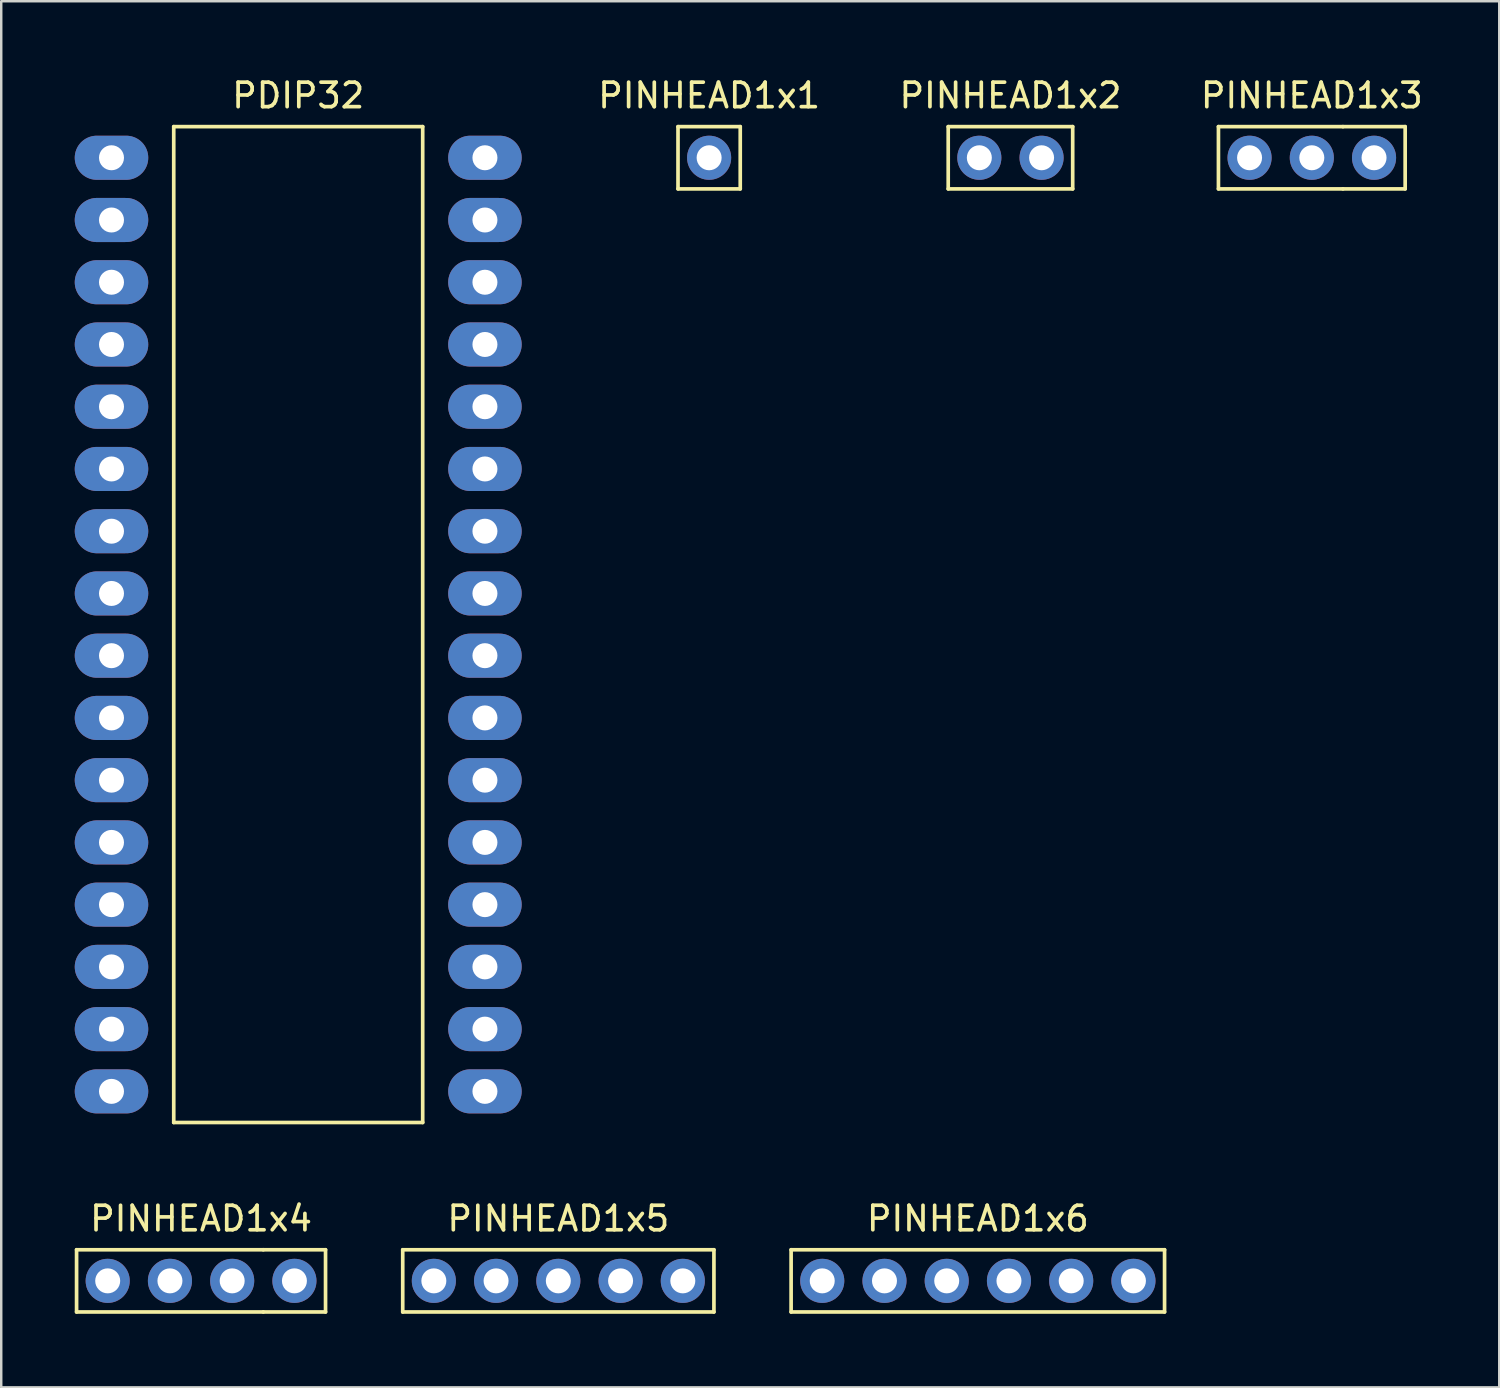
<source format=kicad_pcb>
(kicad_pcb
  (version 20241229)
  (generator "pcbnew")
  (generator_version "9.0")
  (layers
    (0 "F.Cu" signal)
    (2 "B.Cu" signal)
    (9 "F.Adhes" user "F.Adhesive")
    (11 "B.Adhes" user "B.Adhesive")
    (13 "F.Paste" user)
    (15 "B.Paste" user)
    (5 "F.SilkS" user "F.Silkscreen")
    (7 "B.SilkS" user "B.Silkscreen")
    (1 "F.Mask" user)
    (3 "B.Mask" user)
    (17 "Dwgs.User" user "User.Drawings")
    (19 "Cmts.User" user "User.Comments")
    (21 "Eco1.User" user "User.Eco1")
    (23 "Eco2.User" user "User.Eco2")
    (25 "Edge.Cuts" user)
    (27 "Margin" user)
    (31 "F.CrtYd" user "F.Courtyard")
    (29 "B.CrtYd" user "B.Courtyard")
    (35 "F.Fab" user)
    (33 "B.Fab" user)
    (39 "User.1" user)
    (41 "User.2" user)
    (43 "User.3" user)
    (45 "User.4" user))
  (footprint "PINHEAD1x2"
    (layer "F.Cu")
    (at 38.186 3.388)
    (property "Reference" "PINHEAD1x2" (at 0 -2.54 0) (layer "F.SilkS") (effects (font (size 1 1) (thickness 0.15))))
    (attr through_hole)
    (fp_line (start -2.54 -1.27) (end 2.54 -1.27) (stroke (width 0.15) (type solid)) (layer "F.SilkS"))
    (fp_line (start -2.54 1.27) (end -2.54 -1.27) (stroke (width 0.15) (type solid)) (layer "F.SilkS"))
    (fp_line (start 2.54 -1.27) (end 2.54 1.27) (stroke (width 0.15) (type solid)) (layer "F.SilkS"))
    (fp_line (start 2.54 1.27) (end -2.54 1.27) (stroke (width 0.15) (type solid)) (layer "F.SilkS"))
    (pad "1" thru_hole circle (at -1.27 0) (size 1.8 1.8) (drill 1.02) (layers "*.Cu" "*.Mask"))
    (pad "2" thru_hole circle (at 1.27 0) (size 1.8 1.8) (drill 1.02) (layers "*.Cu" "*.Mask")))
  (footprint "PINHEAD1x4"
    (layer "F.Cu")
    (at 5.155 49.221)
    (property "Reference" "PINHEAD1x4" (at 0 -2.54 0) (layer "F.SilkS") (effects (font (size 1 1) (thickness 0.15))))
    (attr through_hole)
    (fp_line (start -5.08 -1.27) (end 2.54 -1.27) (stroke (width 0.15) (type solid)) (layer "F.SilkS"))
    (fp_line (start -5.08 1.27) (end -5.08 -1.27) (stroke (width 0.15) (type solid)) (layer "F.SilkS"))
    (fp_line (start 2.54 -1.27) (end 5.08 -1.27) (stroke (width 0.15) (type solid)) (layer "F.SilkS"))
    (fp_line (start 2.54 1.27) (end -5.08 1.27) (stroke (width 0.15) (type solid)) (layer "F.SilkS"))
    (fp_line (start 5.08 -1.27) (end 5.08 1.27) (stroke (width 0.15) (type solid)) (layer "F.SilkS"))
    (fp_line (start 5.08 1.27) (end 2.54 1.27) (stroke (width 0.15) (type solid)) (layer "F.SilkS"))
    (pad "1" thru_hole circle (at -3.81 0) (size 1.8 1.8) (drill 1.02) (layers "*.Cu" "*.Mask"))
    (pad "2" thru_hole circle (at -1.27 0) (size 1.8 1.8) (drill 1.02) (layers "*.Cu" "*.Mask"))
    (pad "3" thru_hole circle (at 1.27 0) (size 1.8 1.8) (drill 1.02) (layers "*.Cu" "*.Mask"))
    (pad "4" thru_hole circle (at 3.81 0) (size 1.8 1.8) (drill 1.02) (layers "*.Cu" "*.Mask")))
  (footprint "PDIP32"
    (layer "F.Cu")
    (at 9.12 22.438)
    (property "Reference" "PDIP32" (at 0 -21.59 0) (layer "F.SilkS") (effects (font (size 1 1) (thickness 0.15))))
    (attr through_hole)
    (fp_line (start -5.08 -20.32) (end 5.08 -20.32) (stroke (width 0.15) (type solid)) (layer "F.SilkS"))
    (fp_line (start -5.08 20.32) (end -5.08 -20.32) (stroke (width 0.15) (type solid)) (layer "F.SilkS"))
    (fp_line (start 5.08 -20.32) (end 5.08 20.32) (stroke (width 0.15) (type solid)) (layer "F.SilkS"))
    (fp_line (start 5.08 20.32) (end -5.08 20.32) (stroke (width 0.15) (type solid)) (layer "F.SilkS"))
    (pad "1" thru_hole oval (at -7.62 -19.05) (size 3 1.8) (drill 1.02) (layers "*.Cu" "*.Mask"))
    (pad "2" thru_hole oval (at -7.62 -16.51) (size 3 1.8) (drill 1.02) (layers "*.Cu" "*.Mask"))
    (pad "3" thru_hole oval (at -7.62 -13.97) (size 3 1.8) (drill 1.02) (layers "*.Cu" "*.Mask"))
    (pad "4" thru_hole oval (at -7.62 -11.43) (size 3 1.8) (drill 1.02) (layers "*.Cu" "*.Mask"))
    (pad "5" thru_hole oval (at -7.62 -8.89) (size 3 1.8) (drill 1.02) (layers "*.Cu" "*.Mask"))
    (pad "6" thru_hole oval (at -7.62 -6.35) (size 3 1.8) (drill 1.02) (layers "*.Cu" "*.Mask"))
    (pad "7" thru_hole oval (at -7.62 -3.81) (size 3 1.8) (drill 1.02) (layers "*.Cu" "*.Mask"))
    (pad "8" thru_hole oval (at -7.62 -1.27) (size 3 1.8) (drill 1.02) (layers "*.Cu" "*.Mask"))
    (pad "9" thru_hole oval (at -7.62 1.27) (size 3 1.8) (drill 1.02) (layers "*.Cu" "*.Mask"))
    (pad "10" thru_hole oval (at -7.62 3.81) (size 3 1.8) (drill 1.02) (layers "*.Cu" "*.Mask"))
    (pad "11" thru_hole oval (at -7.62 6.35) (size 3 1.8) (drill 1.02) (layers "*.Cu" "*.Mask"))
    (pad "12" thru_hole oval (at -7.62 8.89) (size 3 1.8) (drill 1.02) (layers "*.Cu" "*.Mask"))
    (pad "13" thru_hole oval (at -7.62 11.43) (size 3 1.8) (drill 1.02) (layers "*.Cu" "*.Mask"))
    (pad "14" thru_hole oval (at -7.62 13.97) (size 3 1.8) (drill 1.02) (layers "*.Cu" "*.Mask"))
    (pad "15" thru_hole oval (at -7.62 16.51) (size 3 1.8) (drill 1.02) (layers "*.Cu" "*.Mask"))
    (pad "16" thru_hole oval (at -7.62 19.05) (size 3 1.8) (drill 1.02) (layers "*.Cu" "*.Mask"))
    (pad "17" thru_hole oval (at 7.62 19.05) (size 3 1.8) (drill 1.02) (layers "*.Cu" "*.Mask"))
    (pad "18" thru_hole oval (at 7.62 16.51) (size 3 1.8) (drill 1.02) (layers "*.Cu" "*.Mask"))
    (pad "19" thru_hole oval (at 7.62 13.97) (size 3 1.8) (drill 1.02) (layers "*.Cu" "*.Mask"))
    (pad "20" thru_hole oval (at 7.62 11.43) (size 3 1.8) (drill 1.02) (layers "*.Cu" "*.Mask"))
    (pad "21" thru_hole oval (at 7.62 8.89) (size 3 1.8) (drill 1.02) (layers "*.Cu" "*.Mask"))
    (pad "22" thru_hole oval (at 7.62 6.35) (size 3 1.8) (drill 1.02) (layers "*.Cu" "*.Mask"))
    (pad "23" thru_hole oval (at 7.62 3.81) (size 3 1.8) (drill 1.02) (layers "*.Cu" "*.Mask"))
    (pad "24" thru_hole oval (at 7.62 1.27) (size 3 1.8) (drill 1.02) (layers "*.Cu" "*.Mask"))
    (pad "25" thru_hole oval (at 7.62 -1.27) (size 3 1.8) (drill 1.02) (layers "*.Cu" "*.Mask"))
    (pad "26" thru_hole oval (at 7.62 -3.81) (size 3 1.8) (drill 1.02) (layers "*.Cu" "*.Mask"))
    (pad "27" thru_hole oval (at 7.62 -6.35) (size 3 1.8) (drill 1.02) (layers "*.Cu" "*.Mask"))
    (pad "28" thru_hole oval (at 7.62 -8.89) (size 3 1.8) (drill 1.02) (layers "*.Cu" "*.Mask"))
    (pad "29" thru_hole oval (at 7.62 -11.43) (size 3 1.8) (drill 1.02) (layers "*.Cu" "*.Mask"))
    (pad "30" thru_hole oval (at 7.62 -13.97) (size 3 1.8) (drill 1.02) (layers "*.Cu" "*.Mask"))
    (pad "31" thru_hole oval (at 7.62 -16.51) (size 3 1.8) (drill 1.02) (layers "*.Cu" "*.Mask"))
    (pad "32" thru_hole oval (at 7.62 -19.05) (size 3 1.8) (drill 1.02) (layers "*.Cu" "*.Mask")))
  (footprint "PINHEAD1x1"
    (layer "F.Cu")
    (at 25.889 3.388)
    (property "Reference" "PINHEAD1x1" (at 0 -2.54 0) (layer "F.SilkS") (effects (font (size 1 1) (thickness 0.15))))
    (attr through_hole)
    (fp_line (start -1.27 -1.27) (end 1.27 -1.27) (stroke (width 0.15) (type solid)) (layer "F.SilkS"))
    (fp_line (start -1.27 1.27) (end -1.27 -1.27) (stroke (width 0.15) (type solid)) (layer "F.SilkS"))
    (fp_line (start 1.27 -1.27) (end 1.27 1.27) (stroke (width 0.15) (type solid)) (layer "F.SilkS"))
    (fp_line (start 1.27 1.27) (end -1.27 1.27) (stroke (width 0.15) (type solid)) (layer "F.SilkS"))
    (pad "1" thru_hole circle (at 0 0) (size 1.8 1.8) (drill 1.02) (layers "*.Cu" "*.Mask")))
  (footprint "PINHEAD1x3"
    (layer "F.Cu")
    (at 50.484 3.388)
    (property "Reference" "PINHEAD1x3" (at 0 -2.54 0) (layer "F.SilkS") (effects (font (size 1 1) (thickness 0.15))))
    (attr through_hole)
    (fp_line (start -3.81 -1.27) (end 1.27 -1.27) (stroke (width 0.15) (type solid)) (layer "F.SilkS"))
    (fp_line (start -3.81 1.27) (end -3.81 -1.27) (stroke (width 0.15) (type solid)) (layer "F.SilkS"))
    (fp_line (start 1.27 -1.27) (end 3.81 -1.27) (stroke (width 0.15) (type solid)) (layer "F.SilkS"))
    (fp_line (start 1.27 1.27) (end -3.81 1.27) (stroke (width 0.15) (type solid)) (layer "F.SilkS"))
    (fp_line (start 3.81 -1.27) (end 3.81 1.27) (stroke (width 0.15) (type solid)) (layer "F.SilkS"))
    (fp_line (start 3.81 1.27) (end 1.27 1.27) (stroke (width 0.15) (type solid)) (layer "F.SilkS"))
    (pad "1" thru_hole circle (at -2.54 0) (size 1.8 1.8) (drill 1.02) (layers "*.Cu" "*.Mask"))
    (pad "2" thru_hole circle (at 0 0) (size 1.8 1.8) (drill 1.02) (layers "*.Cu" "*.Mask"))
    (pad "3" thru_hole circle (at 2.54 0) (size 1.8 1.8) (drill 1.02) (layers "*.Cu" "*.Mask")))
  (footprint "PINHEAD1x5"
    (layer "F.Cu")
    (at 19.735 49.221)
    (property "Reference" "PINHEAD1x5" (at 0 -2.54 0) (layer "F.SilkS") (effects (font (size 1 1) (thickness 0.15))))
    (attr through_hole)
    (fp_line (start -6.35 -1.27) (end 6.35 -1.27) (stroke (width 0.15) (type solid)) (layer "F.SilkS"))
    (fp_line (start -6.35 1.27) (end -6.35 -1.27) (stroke (width 0.15) (type solid)) (layer "F.SilkS"))
    (fp_line (start 6.35 -1.27) (end 6.35 1.27) (stroke (width 0.15) (type solid)) (layer "F.SilkS"))
    (fp_line (start 6.35 1.27) (end -6.35 1.27) (stroke (width 0.15) (type solid)) (layer "F.SilkS"))
    (pad "1" thru_hole circle (at -5.08 0) (size 1.8 1.8) (drill 1.02) (layers "*.Cu" "*.Mask"))
    (pad "2" thru_hole circle (at -2.54 0) (size 1.8 1.8) (drill 1.02) (layers "*.Cu" "*.Mask"))
    (pad "3" thru_hole circle (at 0 0) (size 1.8 1.8) (drill 1.02) (layers "*.Cu" "*.Mask"))
    (pad "4" thru_hole circle (at 2.54 0) (size 1.8 1.8) (drill 1.02) (layers "*.Cu" "*.Mask"))
    (pad "5" thru_hole circle (at 5.08 0) (size 1.8 1.8) (drill 1.02) (layers "*.Cu" "*.Mask")))
  (footprint "PINHEAD1x6"
    (layer "F.Cu")
    (at 36.855 49.221)
    (property "Reference" "PINHEAD1x6" (at 0 -2.54 0) (layer "F.SilkS") (effects (font (size 1 1) (thickness 0.15))))
    (attr through_hole)
    (fp_line (start -7.62 -1.27) (end 7.62 -1.27) (stroke (width 0.15) (type solid)) (layer "F.SilkS"))
    (fp_line (start -7.62 1.27) (end -7.62 -1.27) (stroke (width 0.15) (type solid)) (layer "F.SilkS"))
    (fp_line (start 7.62 -1.27) (end 7.62 1.27) (stroke (width 0.15) (type solid)) (layer "F.SilkS"))
    (fp_line (start 7.62 1.27) (end -7.62 1.27) (stroke (width 0.15) (type solid)) (layer "F.SilkS"))
    (pad "1" thru_hole circle (at -6.35 0) (size 1.8 1.8) (drill 1.02) (layers "*.Cu" "*.Mask"))
    (pad "2" thru_hole circle (at -3.81 0) (size 1.8 1.8) (drill 1.02) (layers "*.Cu" "*.Mask"))
    (pad "3" thru_hole circle (at -1.27 0) (size 1.8 1.8) (drill 1.02) (layers "*.Cu" "*.Mask"))
    (pad "4" thru_hole circle (at 1.27 0) (size 1.8 1.8) (drill 1.02) (layers "*.Cu" "*.Mask"))
    (pad "5" thru_hole circle (at 3.81 0) (size 1.8 1.8) (drill 1.02) (layers "*.Cu" "*.Mask"))
    (pad "6" thru_hole circle (at 6.35 0) (size 1.8 1.8) (drill 1.02) (layers "*.Cu" "*.Mask")))
  (gr_rect
    (start -3 -3)
    (end 58.133 53.566)
    (stroke (width 0.1) (type default))
    (fill no)
    (layer "Edge.Cuts")))
</source>
